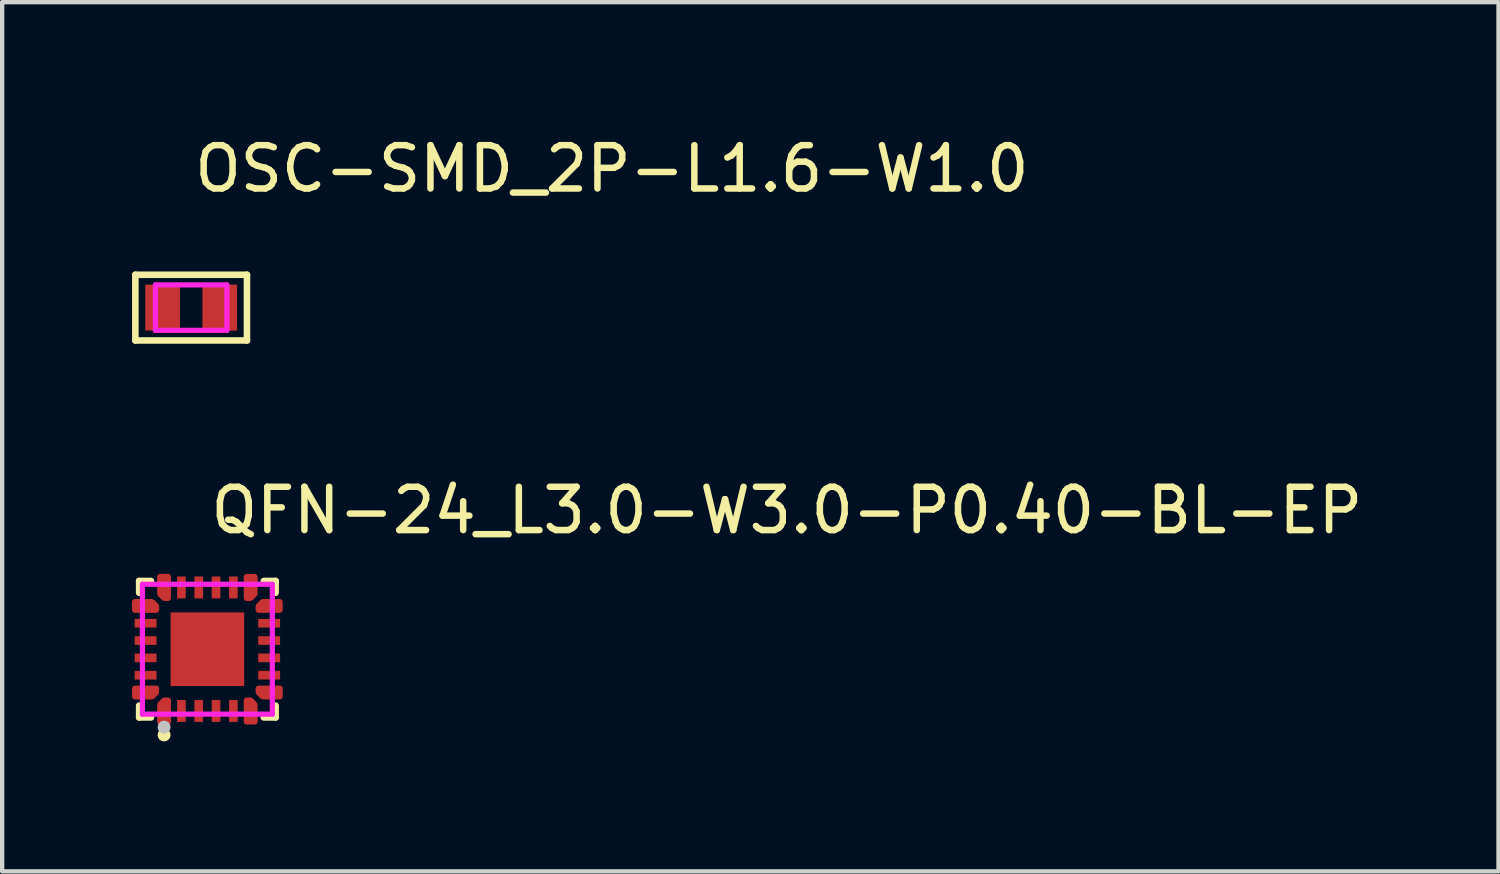
<source format=kicad_pcb>
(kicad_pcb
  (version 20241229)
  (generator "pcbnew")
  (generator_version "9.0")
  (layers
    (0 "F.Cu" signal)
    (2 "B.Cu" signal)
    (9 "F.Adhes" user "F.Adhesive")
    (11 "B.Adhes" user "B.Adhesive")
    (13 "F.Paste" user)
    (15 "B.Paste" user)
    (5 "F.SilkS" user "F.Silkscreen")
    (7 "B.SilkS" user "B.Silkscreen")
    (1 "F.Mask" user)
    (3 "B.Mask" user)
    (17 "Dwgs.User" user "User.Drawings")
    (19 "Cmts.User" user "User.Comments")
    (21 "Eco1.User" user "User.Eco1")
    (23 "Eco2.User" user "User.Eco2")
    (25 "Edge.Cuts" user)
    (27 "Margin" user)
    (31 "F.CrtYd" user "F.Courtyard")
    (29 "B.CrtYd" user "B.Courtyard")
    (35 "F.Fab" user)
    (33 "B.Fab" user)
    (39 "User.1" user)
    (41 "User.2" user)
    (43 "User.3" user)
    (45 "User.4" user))
  (footprint "QFN-24_L3.0-W3.0-P0.40-BL-EP"
    (layer "F.Cu")
    (at 1.74 11.945)
    (property "Reference" "QFN-24_L3.0-W3.0-P0.40-BL-EP" (at 0 -3.207 0) (layer "F.SilkS") (effects (font (size 1 1) (thickness 0.15)) (justify left)))
    (attr through_hole)
    (fp_line (start -1.576 -1.576) (end -1.303 -1.576) (stroke (width 0.152) (type solid)) (layer "F.SilkS"))
    (fp_line (start -1.576 -1.303) (end -1.576 -1.576) (stroke (width 0.152) (type solid)) (layer "F.SilkS"))
    (fp_line (start -1.576 1.303) (end -1.576 1.576) (stroke (width 0.152) (type solid)) (layer "F.SilkS"))
    (fp_line (start -1.576 1.576) (end -1.303 1.576) (stroke (width 0.152) (type solid)) (layer "F.SilkS"))
    (fp_line (start 1.576 -1.576) (end 1.303 -1.576) (stroke (width 0.152) (type solid)) (layer "F.SilkS"))
    (fp_line (start 1.576 -1.303) (end 1.576 -1.576) (stroke (width 0.152) (type solid)) (layer "F.SilkS"))
    (fp_line (start 1.576 1.303) (end 1.576 1.576) (stroke (width 0.152) (type solid)) (layer "F.SilkS"))
    (fp_line (start 1.576 1.576) (end 1.303 1.576) (stroke (width 0.152) (type solid)) (layer "F.SilkS"))
    (fp_circle (center -1 1.98) (end -0.925 1.98) (stroke (width 0.15) (type solid)) (fill no) (layer "F.SilkS"))
    (fp_poly (pts (xy -1.68 -0.7) (xy -1.68 -0.5) (xy -1.175 -0.5) (xy -1.175 -0.7)) (stroke (width 0.12) (type solid)) (fill yes) (layer "F.Paste"))
    (fp_poly (pts (xy -1.68 -0.3) (xy -1.68 -0.1) (xy -1.175 -0.1) (xy -1.175 -0.3)) (stroke (width 0.12) (type solid)) (fill yes) (layer "F.Paste"))
    (fp_poly (pts (xy -1.68 0.1) (xy -1.68 0.3) (xy -1.175 0.3) (xy -1.175 0.1)) (stroke (width 0.12) (type solid)) (fill yes) (layer "F.Paste"))
    (fp_poly (pts (xy -1.68 0.5) (xy -1.68 0.7) (xy -1.175 0.7) (xy -1.175 0.5)) (stroke (width 0.12) (type solid)) (fill yes) (layer "F.Paste"))
    (fp_poly (pts (xy -0.72 -0.72) (xy 0.72 -0.72) (xy 0.72 0.72) (xy -0.72 0.72)) (stroke (width 0.12) (type solid)) (fill yes) (layer "F.Paste"))
    (fp_poly (pts (xy -0.7 1.175) (xy -0.7 1.68) (xy -0.5 1.68) (xy -0.5 1.175)) (stroke (width 0.12) (type solid)) (fill yes) (layer "F.Paste"))
    (fp_poly (pts (xy -0.5 -1.175) (xy -0.5 -1.68) (xy -0.7 -1.68) (xy -0.7 -1.175)) (stroke (width 0.12) (type solid)) (fill yes) (layer "F.Paste"))
    (fp_poly (pts (xy -0.1 -1.175) (xy -0.1 -1.68) (xy -0.3 -1.68) (xy -0.3 -1.175)) (stroke (width 0.12) (type solid)) (fill yes) (layer "F.Paste"))
    (fp_poly (pts (xy -0.1 1.68) (xy -0.1 1.175) (xy -0.3 1.175) (xy -0.3 1.68)) (stroke (width 0.12) (type solid)) (fill yes) (layer "F.Paste"))
    (fp_poly (pts (xy 0.1 -1.68) (xy 0.1 -1.175) (xy 0.3 -1.175) (xy 0.3 -1.68)) (stroke (width 0.12) (type solid)) (fill yes) (layer "F.Paste"))
    (fp_poly (pts (xy 0.3 1.68) (xy 0.3 1.175) (xy 0.1 1.175) (xy 0.1 1.68)) (stroke (width 0.12) (type solid)) (fill yes) (layer "F.Paste"))
    (fp_poly (pts (xy 0.5 -1.68) (xy 0.5 -1.175) (xy 0.7 -1.175) (xy 0.7 -1.68)) (stroke (width 0.12) (type solid)) (fill yes) (layer "F.Paste"))
    (fp_poly (pts (xy 0.7 1.68) (xy 0.7 1.175) (xy 0.5 1.175) (xy 0.5 1.68)) (stroke (width 0.12) (type solid)) (fill yes) (layer "F.Paste"))
    (fp_poly (pts (xy 1.68 -0.5) (xy 1.68 -0.7) (xy 1.175 -0.7) (xy 1.175 -0.5)) (stroke (width 0.12) (type solid)) (fill yes) (layer "F.Paste"))
    (fp_poly (pts (xy 1.68 -0.1) (xy 1.68 -0.3) (xy 1.175 -0.3) (xy 1.175 -0.1)) (stroke (width 0.12) (type solid)) (fill yes) (layer "F.Paste"))
    (fp_poly (pts (xy 1.68 0.3) (xy 1.68 0.1) (xy 1.175 0.1) (xy 1.175 0.3)) (stroke (width 0.12) (type solid)) (fill yes) (layer "F.Paste"))
    (fp_poly (pts (xy 1.68 0.7) (xy 1.68 0.5) (xy 1.175 0.5) (xy 1.175 0.7)) (stroke (width 0.12) (type solid)) (fill yes) (layer "F.Paste"))
    (fp_poly (pts (xy -1.68 -1.1) (xy -1.68 -0.9) (xy -1.175 -0.9) (xy -1.174 -1) (xy -1.274 -1.1)) (stroke (width 0.12) (type solid)) (fill yes) (layer "F.Paste"))
    (fp_poly (pts (xy -1.68 0.9) (xy -1.68 1.1) (xy -1.274 1.1) (xy -1.174 1) (xy -1.175 0.9)) (stroke (width 0.12) (type solid)) (fill yes) (layer "F.Paste"))
    (fp_poly (pts (xy -0.9 -1.175) (xy -0.9 -1.68) (xy -1.1 -1.68) (xy -1.1 -1.274) (xy -1 -1.174)) (stroke (width 0.12) (type solid)) (fill yes) (layer "F.Paste"))
    (fp_poly (pts (xy -0.9 1.175) (xy -1 1.174) (xy -1.1 1.275) (xy -1.1 1.68) (xy -0.9 1.68)) (stroke (width 0.12) (type solid)) (fill yes) (layer "F.Paste"))
    (fp_poly (pts (xy 1 1.175) (xy 0.9 1.175) (xy 0.9 1.68) (xy 1.1 1.68) (xy 1.1 1.275)) (stroke (width 0.12) (type solid)) (fill yes) (layer "F.Paste"))
    (fp_poly (pts (xy 1.1 -1.274) (xy 1.1 -1.68) (xy 0.9 -1.68) (xy 0.9 -1.175) (xy 1 -1.174)) (stroke (width 0.12) (type solid)) (fill yes) (layer "F.Paste"))
    (fp_poly (pts (xy 1.274 -1.1) (xy 1.174 -1) (xy 1.175 -0.9) (xy 1.68 -0.9) (xy 1.68 -1.1)) (stroke (width 0.12) (type solid)) (fill yes) (layer "F.Paste"))
    (fp_poly (pts (xy 1.68 1.1) (xy 1.68 0.9) (xy 1.175 0.9) (xy 1.175 1) (xy 1.275 1.1)) (stroke (width 0.12) (type solid)) (fill yes) (layer "F.Paste"))
    (fp_circle (center -1 1.8) (end -0.925 1.8) (stroke (width 0.15) (type solid)) (fill no) (layer "Dwgs.User"))
    (fp_circle (center -1.5 1.5) (end -1.47 1.5) (stroke (width 0.06) (type solid)) (fill no) (layer "Eco2.User"))
    (fp_poly (pts (xy -1.2 -0.9) (xy -1.2 -1.1) (xy -1.5 -1.1) (xy -1.5 -0.9)) (stroke (width 0.12) (type solid)) (fill no) (layer "Eco2.User"))
    (fp_poly (pts (xy -1.2 -0.5) (xy -1.2 -0.7) (xy -1.5 -0.7) (xy -1.5 -0.5)) (stroke (width 0.12) (type solid)) (fill no) (layer "Eco2.User"))
    (fp_poly (pts (xy -1.2 -0.1) (xy -1.2 -0.3) (xy -1.5 -0.3) (xy -1.5 -0.1)) (stroke (width 0.12) (type solid)) (fill no) (layer "Eco2.User"))
    (fp_poly (pts (xy -1.2 0.3) (xy -1.2 0.1) (xy -1.5 0.1) (xy -1.5 0.3)) (stroke (width 0.12) (type solid)) (fill no) (layer "Eco2.User"))
    (fp_poly (pts (xy -1.2 0.7) (xy -1.2 0.5) (xy -1.5 0.5) (xy -1.5 0.7)) (stroke (width 0.12) (type solid)) (fill no) (layer "Eco2.User"))
    (fp_poly (pts (xy -1.2 1.1) (xy -1.2 0.9) (xy -1.5 0.9) (xy -1.5 1.1)) (stroke (width 0.12) (type solid)) (fill no) (layer "Eco2.User"))
    (fp_poly (pts (xy -1.1 -1.5) (xy -1.1 -1.2) (xy -0.9 -1.2) (xy -0.9 -1.5)) (stroke (width 0.12) (type solid)) (fill no) (layer "Eco2.User"))
    (fp_poly (pts (xy -1.1 1.5) (xy -1.1 1.2) (xy -0.9 1.2) (xy -0.9 1.5)) (stroke (width 0.12) (type solid)) (fill no) (layer "Eco2.User"))
    (fp_poly (pts (xy -0.7 -1.5) (xy -0.7 -1.2) (xy -0.5 -1.2) (xy -0.5 -1.5)) (stroke (width 0.12) (type solid)) (fill no) (layer "Eco2.User"))
    (fp_poly (pts (xy -0.7 1.5) (xy -0.7 1.2) (xy -0.5 1.2) (xy -0.5 1.5)) (stroke (width 0.12) (type solid)) (fill no) (layer "Eco2.User"))
    (fp_poly (pts (xy -0.3 -1.5) (xy -0.3 -1.2) (xy -0.1 -1.2) (xy -0.1 -1.5)) (stroke (width 0.12) (type solid)) (fill no) (layer "Eco2.User"))
    (fp_poly (pts (xy -0.3 1.5) (xy -0.3 1.2) (xy -0.1 1.2) (xy -0.1 1.5)) (stroke (width 0.12) (type solid)) (fill no) (layer "Eco2.User"))
    (fp_poly (pts (xy 0.1 -1.5) (xy 0.1 -1.2) (xy 0.3 -1.2) (xy 0.3 -1.5)) (stroke (width 0.12) (type solid)) (fill no) (layer "Eco2.User"))
    (fp_poly (pts (xy 0.1 1.5) (xy 0.1 1.2) (xy 0.3 1.2) (xy 0.3 1.5)) (stroke (width 0.12) (type solid)) (fill no) (layer "Eco2.User"))
    (fp_poly (pts (xy 0.5 -1.5) (xy 0.5 -1.2) (xy 0.7 -1.2) (xy 0.7 -1.5)) (stroke (width 0.12) (type solid)) (fill no) (layer "Eco2.User"))
    (fp_poly (pts (xy 0.5 1.5) (xy 0.5 1.2) (xy 0.7 1.2) (xy 0.7 1.5)) (stroke (width 0.12) (type solid)) (fill no) (layer "Eco2.User"))
    (fp_poly (pts (xy 0.9 -1.5) (xy 0.9 -1.2) (xy 1.1 -1.2) (xy 1.1 -1.5)) (stroke (width 0.12) (type solid)) (fill no) (layer "Eco2.User"))
    (fp_poly (pts (xy 0.9 1.5) (xy 0.9 1.2) (xy 1.1 1.2) (xy 1.1 1.5)) (stroke (width 0.12) (type solid)) (fill no) (layer "Eco2.User"))
    (fp_poly (pts (xy 1.2 -0.9) (xy 1.2 -1.1) (xy 1.5 -1.1) (xy 1.5 -0.9)) (stroke (width 0.12) (type solid)) (fill no) (layer "Eco2.User"))
    (fp_poly (pts (xy 1.2 -0.5) (xy 1.2 -0.7) (xy 1.5 -0.7) (xy 1.5 -0.5)) (stroke (width 0.12) (type solid)) (fill no) (layer "Eco2.User"))
    (fp_poly (pts (xy 1.2 -0.1) (xy 1.2 -0.3) (xy 1.5 -0.3) (xy 1.5 -0.1)) (stroke (width 0.12) (type solid)) (fill no) (layer "Eco2.User"))
    (fp_poly (pts (xy 1.2 0.3) (xy 1.2 0.1) (xy 1.5 0.1) (xy 1.5 0.3)) (stroke (width 0.12) (type solid)) (fill no) (layer "Eco2.User"))
    (fp_poly (pts (xy 1.2 0.7) (xy 1.2 0.5) (xy 1.5 0.5) (xy 1.5 0.7)) (stroke (width 0.12) (type solid)) (fill no) (layer "Eco2.User"))
    (fp_poly (pts (xy 1.2 1.1) (xy 1.2 0.9) (xy 1.5 0.9) (xy 1.5 1.1)) (stroke (width 0.12) (type solid)) (fill no) (layer "Eco2.User"))
    (fp_poly (pts (xy -0.85 0.616) (xy -0.85 -0.77) (xy 0.85 -0.77) (xy 0.85 0.77) (xy -0.696 0.77)) (stroke (width 0.12) (type solid)) (fill no) (layer "Eco2.User"))
    (fp_line (start -1.5 -1.5) (end 1.5 -1.5) (stroke (width 0.12) (type solid)) (layer "F.CrtYd"))
    (fp_line (start -1.5 1.5) (end -1.5 -1.5) (stroke (width 0.12) (type solid)) (layer "F.CrtYd"))
    (fp_line (start 1.5 -1.5) (end 1.5 1.5) (stroke (width 0.12) (type solid)) (layer "F.CrtYd"))
    (fp_line (start 1.5 1.5) (end -1.5 1.5) (stroke (width 0.12) (type solid)) (layer "F.CrtYd"))
    (pad "1" smd custom (at -1 1.427) (size 0.102 0.102) (layers "F.Cu" "F.Mask" "F.Paste") (options (anchor circle)) (primitives (gr_poly (pts (xy -0.1 0.253) (xy 0.1 0.253) (xy 0.1 -0.252) (xy 0 -0.253) (xy -0.1 -0.153)) (width 0.12) (fill yes))))
    (pad "2" smd rect (at -0.6 1.427) (size 0.2 0.505) (layers "F.Cu" "F.Mask" "F.Paste"))
    (pad "3" smd rect (at -0.2 1.427) (size 0.2 0.505) (layers "F.Cu" "F.Mask" "F.Paste"))
    (pad "4" smd rect (at 0.2 1.427) (size 0.2 0.505) (layers "F.Cu" "F.Mask" "F.Paste"))
    (pad "5" smd rect (at 0.6 1.427) (size 0.2 0.505) (layers "F.Cu" "F.Mask" "F.Paste"))
    (pad "6" smd custom (at 1 1.427) (size 0.102 0.102) (layers "F.Cu" "F.Mask" "F.Paste") (options (anchor circle)) (primitives (gr_poly (pts (xy 0.1 0.253) (xy -0.1 0.253) (xy -0.1 -0.252) (xy 0 -0.253) (xy 0.1 -0.153)) (width 0.12) (fill yes))))
    (pad "7" smd custom (at 1.427 1) (size 0.102 0.102) (layers "F.Cu" "F.Mask" "F.Paste") (options (anchor circle)) (primitives (gr_poly (pts (xy 0.253 0.1) (xy -0.153 0.1) (xy -0.253 0) (xy -0.252 -0.1) (xy 0.253 -0.1)) (width 0.12) (fill yes))))
    (pad "8" smd rect (at 1.427 0.6) (size 0.505 0.2) (layers "F.Cu" "F.Mask" "F.Paste"))
    (pad "9" smd rect (at 1.427 0.2) (size 0.505 0.2) (layers "F.Cu" "F.Mask" "F.Paste"))
    (pad "10" smd rect (at 1.427 -0.2) (size 0.505 0.2) (layers "F.Cu" "F.Mask" "F.Paste"))
    (pad "11" smd rect (at 1.427 -0.6) (size 0.505 0.2) (layers "F.Cu" "F.Mask" "F.Paste"))
    (pad "12" smd custom (at 1.427 -1) (size 0.102 0.102) (layers "F.Cu" "F.Mask" "F.Paste") (options (anchor circle)) (primitives (gr_poly (pts (xy 0.252 -0.1) (xy -0.153 -0.1) (xy -0.253 0) (xy -0.253 0.1) (xy 0.252 0.1)) (width 0.12) (fill yes))))
    (pad "13" smd custom (at 1 -1.427) (size 0.102 0.102) (layers "F.Cu" "F.Mask" "F.Paste") (options (anchor circle)) (primitives (gr_poly (pts (xy 0.1 -0.252) (xy -0.1 -0.252) (xy -0.1 0.253) (xy 0 0.253) (xy 0.1 0.153)) (width 0.12) (fill yes))))
    (pad "14" smd rect (at 0.6 -1.427) (size 0.2 0.505) (layers "F.Cu" "F.Mask" "F.Paste"))
    (pad "15" smd rect (at 0.2 -1.427) (size 0.2 0.505) (layers "F.Cu" "F.Mask" "F.Paste"))
    (pad "16" smd rect (at -0.2 -1.427) (size 0.2 0.505) (layers "F.Cu" "F.Mask" "F.Paste"))
    (pad "17" smd rect (at -0.6 -1.427) (size 0.2 0.505) (layers "F.Cu" "F.Mask" "F.Paste"))
    (pad "18" smd custom (at -1 -1.427) (size 0.102 0.102) (layers "F.Cu" "F.Mask" "F.Paste") (options (anchor circle)) (primitives (gr_poly (pts (xy -0.1 -0.253) (xy 0.1 -0.253) (xy 0.1 0.253) (xy 0 0.253) (xy -0.1 0.153)) (width 0.12) (fill yes))))
    (pad "19" smd custom (at -1.427 -1) (size 0.102 0.102) (layers "F.Cu" "F.Mask" "F.Paste") (options (anchor circle)) (primitives (gr_poly (pts (xy -0.253 -0.1) (xy 0.153 -0.1) (xy 0.253 0) (xy 0.253 0.1) (xy -0.253 0.1)) (width 0.12) (fill yes))))
    (pad "20" smd rect (at -1.427 -0.6) (size 0.505 0.2) (layers "F.Cu" "F.Mask" "F.Paste"))
    (pad "21" smd rect (at -1.427 -0.2) (size 0.505 0.2) (layers "F.Cu" "F.Mask" "F.Paste"))
    (pad "22" smd rect (at -1.427 0.2) (size 0.505 0.2) (layers "F.Cu" "F.Mask" "F.Paste"))
    (pad "23" smd rect (at -1.427 0.6) (size 0.505 0.2) (layers "F.Cu" "F.Mask" "F.Paste"))
    (pad "24" smd custom (at -1.427 1) (size 0.102 0.102) (layers "F.Cu" "F.Mask" "F.Paste") (options (anchor circle)) (primitives (gr_poly (pts (xy -0.253 0.1) (xy 0.153 0.1) (xy 0.253 0) (xy 0.253 -0.1) (xy -0.253 -0.1)) (width 0.12) (fill yes))))
    (pad "25" smd rect (at 0 0) (size 1.7 1.7) (layers "F.Cu" "F.Mask" "F.Paste")))
  (footprint "OSC-SMD_2P-L1.6-W1.0"
    (layer "F.Cu")
    (at 1.365 4.055)
    (property "Reference" "OSC-SMD_2P-L1.6-W1.0" (at 0 -3.207 0) (layer "F.SilkS") (effects (font (size 1 1) (thickness 0.15)) (justify left)))
    (attr through_hole)
    (fp_line (start -1.289 -0.759) (end 1.289 -0.759) (stroke (width 0.152) (type solid)) (layer "F.SilkS"))
    (fp_line (start -1.289 0.759) (end -1.289 -0.759) (stroke (width 0.152) (type solid)) (layer "F.SilkS"))
    (fp_line (start 1.289 -0.759) (end 1.289 0.759) (stroke (width 0.152) (type solid)) (layer "F.SilkS"))
    (fp_line (start 1.289 0.759) (end -1.289 0.759) (stroke (width 0.152) (type solid)) (layer "F.SilkS"))
    (fp_circle (center -0.825 0.525) (end -0.795 0.525) (stroke (width 0.06) (type solid)) (fill no) (layer "Eco2.User"))
    (fp_poly (pts (xy -0.36 0.43) (xy -0.36 -0.43) (xy -0.76 -0.43) (xy -0.76 0.43)) (stroke (width 0.12) (type solid)) (fill no) (layer "Eco2.User"))
    (fp_poly (pts (xy 0.36 0.43) (xy 0.36 -0.43) (xy 0.76 -0.43) (xy 0.76 0.43)) (stroke (width 0.12) (type solid)) (fill no) (layer "Eco2.User"))
    (fp_line (start -0.825 -0.525) (end 0.825 -0.525) (stroke (width 0.12) (type solid)) (layer "F.CrtYd"))
    (fp_line (start -0.825 0.525) (end -0.825 -0.525) (stroke (width 0.12) (type solid)) (layer "F.CrtYd"))
    (fp_line (start 0.825 -0.525) (end 0.825 0.525) (stroke (width 0.12) (type solid)) (layer "F.CrtYd"))
    (fp_line (start 0.825 0.525) (end -0.825 0.525) (stroke (width 0.12) (type solid)) (layer "F.CrtYd"))
    (pad "1" smd rect (at -0.66 0) (size 0.8 1.06) (layers "F.Cu" "F.Mask" "F.Paste"))
    (pad "2" smd rect (at 0.66 0) (size 0.8 1.06) (layers "F.Cu" "F.Mask" "F.Paste")))
  (gr_rect
    (start -3 -3)
    (end 31.561 17.076)
    (stroke (width 0.1) (type default))
    (fill no)
    (layer "Edge.Cuts")))
</source>
